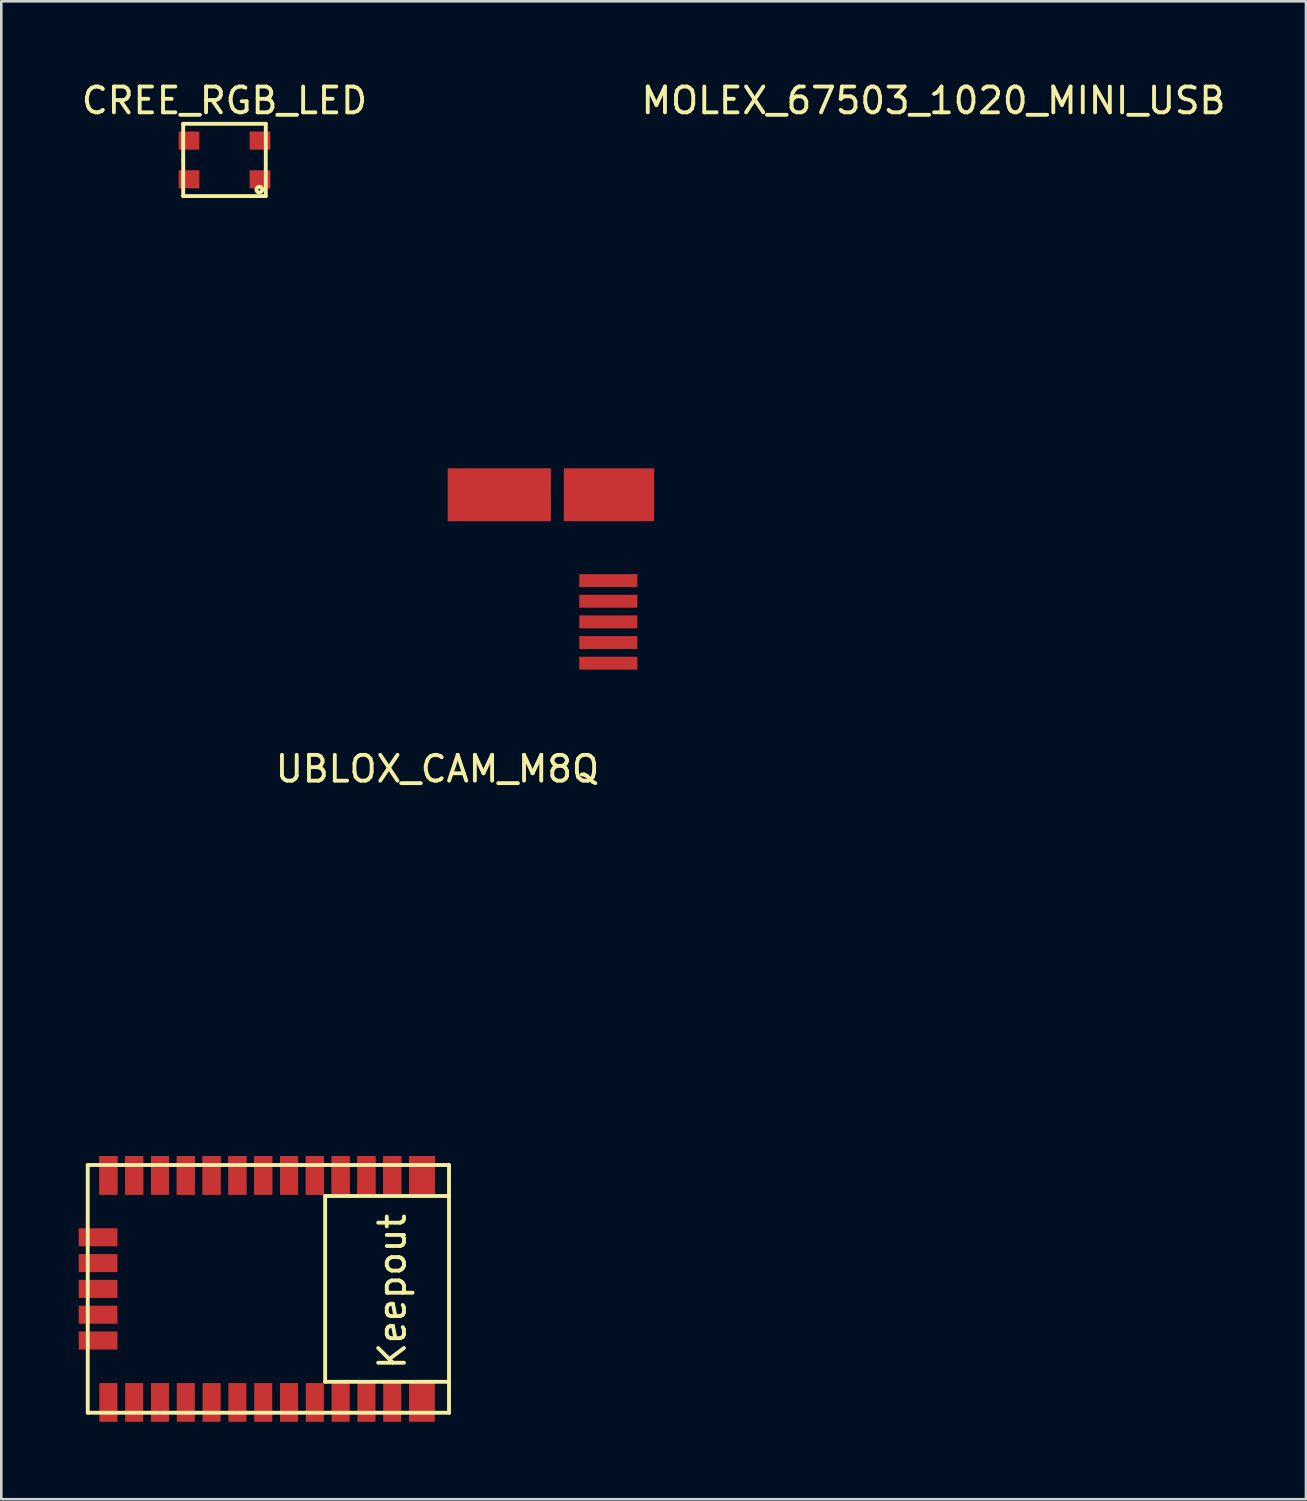
<source format=kicad_pcb>
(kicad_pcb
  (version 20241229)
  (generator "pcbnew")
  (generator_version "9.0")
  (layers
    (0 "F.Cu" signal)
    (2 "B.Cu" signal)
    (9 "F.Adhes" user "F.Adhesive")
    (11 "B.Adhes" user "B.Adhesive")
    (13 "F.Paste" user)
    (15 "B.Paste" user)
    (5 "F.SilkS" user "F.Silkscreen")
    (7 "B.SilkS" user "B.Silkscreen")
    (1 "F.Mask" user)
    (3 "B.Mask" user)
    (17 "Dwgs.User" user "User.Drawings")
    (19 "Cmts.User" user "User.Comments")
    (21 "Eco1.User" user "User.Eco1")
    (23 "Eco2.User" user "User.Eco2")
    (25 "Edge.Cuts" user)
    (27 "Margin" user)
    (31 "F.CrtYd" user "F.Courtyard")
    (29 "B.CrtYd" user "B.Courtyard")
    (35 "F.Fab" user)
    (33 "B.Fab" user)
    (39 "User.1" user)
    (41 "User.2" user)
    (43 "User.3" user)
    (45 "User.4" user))
  (footprint "UBLOX_CAM_M8Q"
    (layer "F.Cu")
    (at 1.15 42.496)
    (property "Reference" "UBLOX_CAM_M8Q" (at 12.75 -15.75 0) (layer "F.SilkS") (effects (font (size 1 1) (thickness 0.15))))
    (attr through_hole)
    (fp_line (start -0.8 -0.4) (end -0.8 9.2) (stroke (width 0.15) (type solid)) (layer "F.SilkS"))
    (fp_line (start -0.8 -0.4) (end 13.2 -0.4) (stroke (width 0.15) (type solid)) (layer "F.SilkS"))
    (fp_line (start -0.8 9.2) (end 13.2 9.2) (stroke (width 0.15) (type solid)) (layer "F.SilkS"))
    (fp_line (start 8.4 0.8) (end 8.4 8) (stroke (width 0.15) (type solid)) (layer "F.SilkS"))
    (fp_line (start 8.4 0.8) (end 13.2 0.8) (stroke (width 0.15) (type solid)) (layer "F.SilkS"))
    (fp_line (start 8.4 8) (end 13.2 8) (stroke (width 0.15) (type solid)) (layer "F.SilkS"))
    (fp_line (start 13.2 -0.4) (end 13.2 9.2) (stroke (width 0.15) (type solid)) (layer "F.SilkS"))
    (fp_text user "Keepout" (at 11 4.5 90) (layer "F.SilkS") (effects (font (size 1 1) (thickness 0.15))))
    (pad "1" smd rect (at 0 8.8) (size 0.7 1.5) (layers "F.Cu" "F.Mask" "F.Paste"))
    (pad "2" smd rect (at 1 8.8) (size 0.7 1.5) (layers "F.Cu" "F.Mask" "F.Paste"))
    (pad "3" smd rect (at 2 8.8) (size 0.7 1.5) (layers "F.Cu" "F.Mask" "F.Paste"))
    (pad "4" smd rect (at 3 8.8) (size 0.7 1.5) (layers "F.Cu" "F.Mask" "F.Paste"))
    (pad "5" smd rect (at 4 8.8) (size 0.7 1.5) (layers "F.Cu" "F.Mask" "F.Paste"))
    (pad "6" smd rect (at 5 8.8) (size 0.7 1.5) (layers "F.Cu" "F.Mask" "F.Paste"))
    (pad "7" smd rect (at 6 8.8) (size 0.7 1.5) (layers "F.Cu" "F.Mask" "F.Paste"))
    (pad "8" smd rect (at 7 8.8) (size 0.7 1.5) (layers "F.Cu" "F.Mask" "F.Paste"))
    (pad "9" smd rect (at 8 8.8) (size 0.7 1.5) (layers "F.Cu" "F.Mask" "F.Paste"))
    (pad "10" smd rect (at 9 8.8) (size 0.7 1.5) (layers "F.Cu" "F.Mask" "F.Paste"))
    (pad "11" smd rect (at 10 8.8) (size 0.7 1.5) (layers "F.Cu" "F.Mask" "F.Paste"))
    (pad "12" smd rect (at 11 8.8) (size 0.7 1.5) (layers "F.Cu" "F.Mask" "F.Paste"))
    (pad "13" smd rect (at 12.15 8.8) (size 1 1.5) (layers "F.Cu" "F.Mask" "F.Paste"))
    (pad "14" smd rect (at 12.15 0) (size 1 1.5) (layers "F.Cu" "F.Mask" "F.Paste"))
    (pad "14" smd rect (at 12.15 0) (size 1 1.5) (layers "F.Cu" "F.Mask" "F.Paste"))
    (pad "15" smd rect (at 11 0) (size 0.7 1.5) (layers "F.Cu" "F.Mask" "F.Paste"))
    (pad "15" smd rect (at 11 0) (size 0.7 1.5) (layers "F.Cu" "F.Mask" "F.Paste"))
    (pad "16" smd rect (at 10 0) (size 0.7 1.5) (layers "F.Cu" "F.Mask" "F.Paste"))
    (pad "16" smd rect (at 10 0) (size 0.7 1.5) (layers "F.Cu" "F.Mask" "F.Paste"))
    (pad "17" smd rect (at 9 0) (size 0.7 1.5) (layers "F.Cu" "F.Mask" "F.Paste"))
    (pad "17" smd rect (at 9 0) (size 0.7 1.5) (layers "F.Cu" "F.Mask" "F.Paste"))
    (pad "18" smd rect (at 8 0) (size 0.7 1.5) (layers "F.Cu" "F.Mask" "F.Paste"))
    (pad "18" smd rect (at 8 0) (size 0.7 1.5) (layers "F.Cu" "F.Mask" "F.Paste"))
    (pad "19" smd rect (at 7 0) (size 0.7 1.5) (layers "F.Cu" "F.Mask" "F.Paste"))
    (pad "19" smd rect (at 7 0) (size 0.7 1.5) (layers "F.Cu" "F.Mask" "F.Paste"))
    (pad "20" smd rect (at 6 0) (size 0.7 1.5) (layers "F.Cu" "F.Mask" "F.Paste"))
    (pad "20" smd rect (at 6 0) (size 0.7 1.5) (layers "F.Cu" "F.Mask" "F.Paste"))
    (pad "21" smd rect (at 5 0) (size 0.7 1.5) (layers "F.Cu" "F.Mask" "F.Paste"))
    (pad "21" smd rect (at 5 0) (size 0.7 1.5) (layers "F.Cu" "F.Mask" "F.Paste"))
    (pad "22" smd rect (at 4 0) (size 0.7 1.5) (layers "F.Cu" "F.Mask" "F.Paste"))
    (pad "22" smd rect (at 4 0) (size 0.7 1.5) (layers "F.Cu" "F.Mask" "F.Paste"))
    (pad "23" smd rect (at 3 0) (size 0.7 1.5) (layers "F.Cu" "F.Mask" "F.Paste"))
    (pad "23" smd rect (at 3 0) (size 0.7 1.5) (layers "F.Cu" "F.Mask" "F.Paste"))
    (pad "24" smd rect (at 2 0) (size 0.7 1.5) (layers "F.Cu" "F.Mask" "F.Paste"))
    (pad "24" smd rect (at 2 0) (size 0.7 1.5) (layers "F.Cu" "F.Mask" "F.Paste"))
    (pad "25" smd rect (at 1 0) (size 0.7 1.5) (layers "F.Cu" "F.Mask" "F.Paste"))
    (pad "25" smd rect (at 1 0) (size 0.7 1.5) (layers "F.Cu" "F.Mask" "F.Paste"))
    (pad "26" smd rect (at 0 0) (size 0.7 1.5) (layers "F.Cu" "F.Mask" "F.Paste"))
    (pad "26" smd rect (at 0 0) (size 0.7 1.5) (layers "F.Cu" "F.Mask" "F.Paste"))
    (pad "27" smd rect (at -0.4 2.4) (size 1.5 0.7) (layers "F.Cu" "F.Mask" "F.Paste"))
    (pad "28" smd rect (at -0.4 3.4) (size 1.5 0.7) (layers "F.Cu" "F.Mask" "F.Paste"))
    (pad "29" smd rect (at -0.4 4.4) (size 1.5 0.7) (layers "F.Cu" "F.Mask" "F.Paste"))
    (pad "30" smd rect (at -0.4 5.4) (size 1.5 0.7) (layers "F.Cu" "F.Mask" "F.Paste"))
    (pad "31" smd rect (at -0.4 6.4) (size 1.5 0.7) (layers "F.Cu" "F.Mask" "F.Paste")))
  (footprint "CREE_RGB_LED"
    (layer "F.Cu")
    (at 5.649 3.148)
    (property "Reference" "CREE_RGB_LED" (at 0 -2.3 0) (layer "F.SilkS") (effects (font (size 1 1) (thickness 0.15))))
    (attr through_hole)
    (fp_line (start -1.6 -1.4) (end 1.6 -1.4) (stroke (width 0.15) (type solid)) (layer "F.SilkS"))
    (fp_line (start -1.6 0) (end -1.6 -1.4) (stroke (width 0.15) (type solid)) (layer "F.SilkS"))
    (fp_line (start -1.6 1.4) (end -1.6 0) (stroke (width 0.15) (type solid)) (layer "F.SilkS"))
    (fp_line (start 1.6 -1.4) (end 1.6 1.4) (stroke (width 0.15) (type solid)) (layer "F.SilkS"))
    (fp_line (start 1.6 1.4) (end -1.6 1.4) (stroke (width 0.15) (type solid)) (layer "F.SilkS"))
    (fp_circle (center 1.35 1.15) (end 1.4 1.05) (stroke (width 0.15) (type solid)) (fill no) (layer "F.SilkS"))
    (pad "1" smd rect (at -1.375 -0.75) (size 0.8 0.7) (layers "F.Cu" "F.Mask" "F.Paste"))
    (pad "2" smd rect (at -1.375 0.75) (size 0.8 0.7) (layers "F.Cu" "F.Mask" "F.Paste"))
    (pad "3" smd rect (at 1.375 0.75) (size 0.8 0.7) (layers "F.Cu" "F.Mask" "F.Paste"))
    (pad "4" smd rect (at 1.375 -0.75) (size 0.8 0.7) (layers "F.Cu" "F.Mask" "F.Paste")))
  (footprint "MOLEX_67503_1020_MINI_USB"
    (layer "F.Cu")
    (at 20.523 19.448)
    (property "Reference" "MOLEX_67503_1020_MINI_USB" (at 12.6 -18.6 0) (layer "F.SilkS") (effects (font (size 1 1) (thickness 0.15))))
    (attr through_hole)
    (pad "1" smd rect (at 0 0) (size 2.25 0.5) (layers "F.Cu" "F.Mask" "F.Paste"))
    (pad "2" smd rect (at 0 0.8) (size 2.25 0.5) (layers "F.Cu" "F.Mask" "F.Paste"))
    (pad "3" smd rect (at 0 1.6) (size 2.25 0.5) (layers "F.Cu" "F.Mask" "F.Paste"))
    (pad "4" smd rect (at 0 2.4) (size 2.25 0.5) (layers "F.Cu" "F.Mask" "F.Paste"))
    (pad "5" smd rect (at 0 3.2) (size 2.25 0.5) (layers "F.Cu" "F.Mask" "F.Paste"))
    (pad "6" smd rect (at -4.225 -3.325) (size 4 2.05) (layers "F.Cu" "F.Mask" "F.Paste"))
    (pad "6" smd rect (at 0.025 -3.325) (size 3.5 2.05) (layers "F.Cu" "F.Mask" "F.Paste")))
  (gr_rect
    (start -3 -3)
    (end 47.557 55.047)
    (stroke (width 0.1) (type default))
    (fill no)
    (layer "Edge.Cuts")))
</source>
